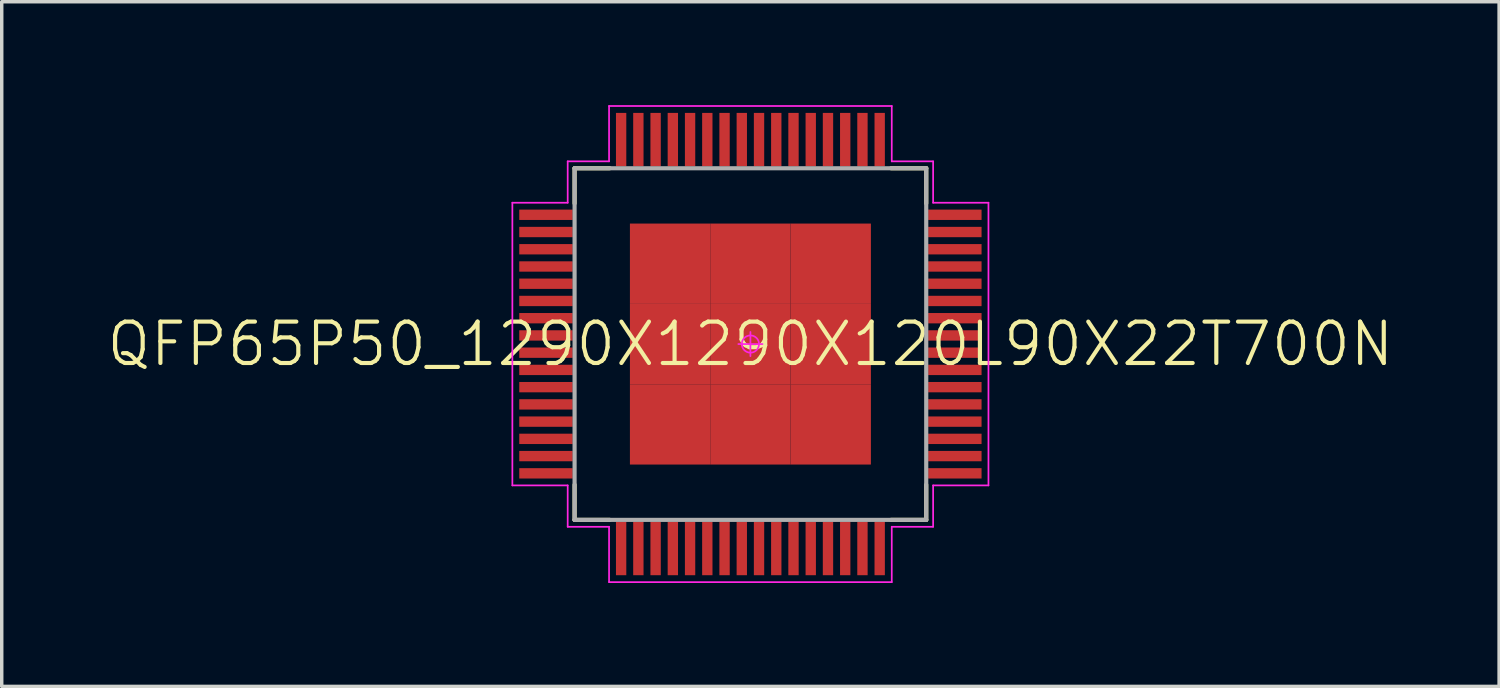
<source format=kicad_pcb>
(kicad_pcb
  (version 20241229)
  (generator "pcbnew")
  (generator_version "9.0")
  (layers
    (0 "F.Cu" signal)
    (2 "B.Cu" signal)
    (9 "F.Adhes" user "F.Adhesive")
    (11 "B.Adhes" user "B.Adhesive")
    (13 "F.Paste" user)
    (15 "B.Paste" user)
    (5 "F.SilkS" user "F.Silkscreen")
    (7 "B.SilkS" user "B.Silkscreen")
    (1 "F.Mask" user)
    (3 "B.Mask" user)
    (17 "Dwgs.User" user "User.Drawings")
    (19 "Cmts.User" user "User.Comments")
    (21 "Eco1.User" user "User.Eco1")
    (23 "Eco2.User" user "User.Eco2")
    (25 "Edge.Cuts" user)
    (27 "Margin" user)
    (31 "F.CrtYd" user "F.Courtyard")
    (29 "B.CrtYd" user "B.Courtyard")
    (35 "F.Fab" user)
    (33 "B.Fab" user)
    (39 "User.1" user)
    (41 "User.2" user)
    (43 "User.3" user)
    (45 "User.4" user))
  (footprint "QFP65P50_1290X1290X120L90X22T700N"
    (layer "F.Cu")
    (at 18.717 6.93)
    (property "Reference" "QFP65P50_1290X1290X120L90X22T700N" (at 0 0 0) (layer "F.SilkS") (effects (font (size 1.2 1.2) (thickness 0.12))))
    (attr smd)
    (fp_line (start -5.1 -5.1) (end -5.1 -4.08) (stroke (width 0.12) (type solid)) (layer "F.SilkS"))
    (fp_line (start -5.1 5.1) (end -5.1 4.08) (stroke (width 0.12) (type solid)) (layer "F.SilkS"))
    (fp_line (start -4.08 -5.1) (end -5.1 -5.1) (stroke (width 0.12) (type solid)) (layer "F.SilkS"))
    (fp_line (start -4.08 5.1) (end -5.1 5.1) (stroke (width 0.12) (type solid)) (layer "F.SilkS"))
    (fp_line (start 4.08 -5.1) (end 5.1 -5.1) (stroke (width 0.12) (type solid)) (layer "F.SilkS"))
    (fp_line (start 4.08 5.1) (end 5.1 5.1) (stroke (width 0.12) (type solid)) (layer "F.SilkS"))
    (fp_line (start 5.1 -5.1) (end 5.1 -4.08) (stroke (width 0.12) (type solid)) (layer "F.SilkS"))
    (fp_line (start 5.1 5.1) (end 5.1 4.08) (stroke (width 0.12) (type solid)) (layer "F.SilkS"))
    (fp_line (start -6.905 -4.1) (end -6.905 4.1) (stroke (width 0.05) (type solid)) (layer "F.CrtYd"))
    (fp_line (start -6.905 4.1) (end -5.3 4.1) (stroke (width 0.05) (type solid)) (layer "F.CrtYd"))
    (fp_line (start -5.3 -5.3) (end -5.3 -4.1) (stroke (width 0.05) (type solid)) (layer "F.CrtYd"))
    (fp_line (start -5.3 -4.1) (end -6.905 -4.1) (stroke (width 0.05) (type solid)) (layer "F.CrtYd"))
    (fp_line (start -5.3 4.1) (end -5.3 5.3) (stroke (width 0.05) (type solid)) (layer "F.CrtYd"))
    (fp_line (start -5.3 5.3) (end -4.1 5.3) (stroke (width 0.05) (type solid)) (layer "F.CrtYd"))
    (fp_line (start -4.1 -6.905) (end -4.1 -5.3) (stroke (width 0.05) (type solid)) (layer "F.CrtYd"))
    (fp_line (start -4.1 -5.3) (end -5.3 -5.3) (stroke (width 0.05) (type solid)) (layer "F.CrtYd"))
    (fp_line (start -4.1 5.3) (end -4.1 6.905) (stroke (width 0.05) (type solid)) (layer "F.CrtYd"))
    (fp_line (start -4.1 6.905) (end 4.1 6.905) (stroke (width 0.05) (type solid)) (layer "F.CrtYd"))
    (fp_line (start -0.35 0) (end 0.35 0) (stroke (width 0.05) (type solid)) (layer "F.CrtYd"))
    (fp_line (start 0 -0.35) (end 0 0.35) (stroke (width 0.05) (type solid)) (layer "F.CrtYd"))
    (fp_line (start 4.1 -6.905) (end -4.1 -6.905) (stroke (width 0.05) (type solid)) (layer "F.CrtYd"))
    (fp_line (start 4.1 -5.3) (end 4.1 -6.905) (stroke (width 0.05) (type solid)) (layer "F.CrtYd"))
    (fp_line (start 4.1 5.3) (end 5.3 5.3) (stroke (width 0.05) (type solid)) (layer "F.CrtYd"))
    (fp_line (start 4.1 6.905) (end 4.1 5.3) (stroke (width 0.05) (type solid)) (layer "F.CrtYd"))
    (fp_line (start 5.3 -5.3) (end 4.1 -5.3) (stroke (width 0.05) (type solid)) (layer "F.CrtYd"))
    (fp_line (start 5.3 -4.1) (end 5.3 -5.3) (stroke (width 0.05) (type solid)) (layer "F.CrtYd"))
    (fp_line (start 5.3 4.1) (end 6.905 4.1) (stroke (width 0.05) (type solid)) (layer "F.CrtYd"))
    (fp_line (start 5.3 5.3) (end 5.3 4.1) (stroke (width 0.05) (type solid)) (layer "F.CrtYd"))
    (fp_line (start 6.905 -4.1) (end 5.3 -4.1) (stroke (width 0.05) (type solid)) (layer "F.CrtYd"))
    (fp_line (start 6.905 4.1) (end 6.905 -4.1) (stroke (width 0.05) (type solid)) (layer "F.CrtYd"))
    (fp_circle (center 0 0) (end 0 0.25) (stroke (width 0.05) (type solid)) (fill no) (layer "F.CrtYd"))
    (fp_line (start -5.1 -5.1) (end 5.1 -5.1) (stroke (width 0.12) (type solid)) (layer "F.Fab"))
    (fp_line (start -5.1 5.1) (end -5.1 -5.1) (stroke (width 0.12) (type solid)) (layer "F.Fab"))
    (fp_line (start 5.1 -5.1) (end 5.1 5.1) (stroke (width 0.12) (type solid)) (layer "F.Fab"))
    (fp_line (start 5.1 5.1) (end -5.1 5.1) (stroke (width 0.12) (type solid)) (layer "F.Fab"))
    (pad "1" smd rect (at -3.75 5.93 90) (size 1.55 0.3) (layers "F.Cu" "F.Mask" "F.Paste"))
    (pad "2" smd rect (at -3.25 5.93 90) (size 1.55 0.3) (layers "F.Cu" "F.Mask" "F.Paste"))
    (pad "3" smd rect (at -2.75 5.93 90) (size 1.55 0.3) (layers "F.Cu" "F.Mask" "F.Paste"))
    (pad "4" smd rect (at -2.25 5.93 90) (size 1.55 0.3) (layers "F.Cu" "F.Mask" "F.Paste"))
    (pad "5" smd rect (at -1.75 5.93 90) (size 1.55 0.3) (layers "F.Cu" "F.Mask" "F.Paste"))
    (pad "6" smd rect (at -1.25 5.93 90) (size 1.55 0.3) (layers "F.Cu" "F.Mask" "F.Paste"))
    (pad "7" smd rect (at -0.75 5.93 90) (size 1.55 0.3) (layers "F.Cu" "F.Mask" "F.Paste"))
    (pad "8" smd rect (at -0.25 5.93 90) (size 1.55 0.3) (layers "F.Cu" "F.Mask" "F.Paste"))
    (pad "9" smd rect (at 0.25 5.93 90) (size 1.55 0.3) (layers "F.Cu" "F.Mask" "F.Paste"))
    (pad "10" smd rect (at 0.75 5.93 90) (size 1.55 0.3) (layers "F.Cu" "F.Mask" "F.Paste"))
    (pad "11" smd rect (at 1.25 5.93 90) (size 1.55 0.3) (layers "F.Cu" "F.Mask" "F.Paste"))
    (pad "12" smd rect (at 1.75 5.93 90) (size 1.55 0.3) (layers "F.Cu" "F.Mask" "F.Paste"))
    (pad "13" smd rect (at 2.25 5.93 90) (size 1.55 0.3) (layers "F.Cu" "F.Mask" "F.Paste"))
    (pad "14" smd rect (at 2.75 5.93 90) (size 1.55 0.3) (layers "F.Cu" "F.Mask" "F.Paste"))
    (pad "15" smd rect (at 3.25 5.93 90) (size 1.55 0.3) (layers "F.Cu" "F.Mask" "F.Paste"))
    (pad "16" smd rect (at 3.75 5.93 90) (size 1.55 0.3) (layers "F.Cu" "F.Mask" "F.Paste"))
    (pad "17" smd rect (at 5.93 3.75) (size 1.55 0.3) (layers "F.Cu" "F.Mask" "F.Paste"))
    (pad "18" smd rect (at 5.93 3.25) (size 1.55 0.3) (layers "F.Cu" "F.Mask" "F.Paste"))
    (pad "19" smd rect (at 5.93 2.75) (size 1.55 0.3) (layers "F.Cu" "F.Mask" "F.Paste"))
    (pad "20" smd rect (at 5.93 2.25) (size 1.55 0.3) (layers "F.Cu" "F.Mask" "F.Paste"))
    (pad "21" smd rect (at 5.93 1.75) (size 1.55 0.3) (layers "F.Cu" "F.Mask" "F.Paste"))
    (pad "22" smd rect (at 5.93 1.25) (size 1.55 0.3) (layers "F.Cu" "F.Mask" "F.Paste"))
    (pad "23" smd rect (at 5.93 0.75) (size 1.55 0.3) (layers "F.Cu" "F.Mask" "F.Paste"))
    (pad "24" smd rect (at 5.93 0.25) (size 1.55 0.3) (layers "F.Cu" "F.Mask" "F.Paste"))
    (pad "25" smd rect (at 5.93 -0.25) (size 1.55 0.3) (layers "F.Cu" "F.Mask" "F.Paste"))
    (pad "26" smd rect (at 5.93 -0.75) (size 1.55 0.3) (layers "F.Cu" "F.Mask" "F.Paste"))
    (pad "27" smd rect (at 5.93 -1.25) (size 1.55 0.3) (layers "F.Cu" "F.Mask" "F.Paste"))
    (pad "28" smd rect (at 5.93 -1.75) (size 1.55 0.3) (layers "F.Cu" "F.Mask" "F.Paste"))
    (pad "29" smd rect (at 5.93 -2.25) (size 1.55 0.3) (layers "F.Cu" "F.Mask" "F.Paste"))
    (pad "30" smd rect (at 5.93 -2.75) (size 1.55 0.3) (layers "F.Cu" "F.Mask" "F.Paste"))
    (pad "31" smd rect (at 5.93 -3.25) (size 1.55 0.3) (layers "F.Cu" "F.Mask" "F.Paste"))
    (pad "32" smd rect (at 5.93 -3.75) (size 1.55 0.3) (layers "F.Cu" "F.Mask" "F.Paste"))
    (pad "33" smd rect (at 3.75 -5.93 90) (size 1.55 0.3) (layers "F.Cu" "F.Mask" "F.Paste"))
    (pad "34" smd rect (at 3.25 -5.93 90) (size 1.55 0.3) (layers "F.Cu" "F.Mask" "F.Paste"))
    (pad "35" smd rect (at 2.75 -5.93 90) (size 1.55 0.3) (layers "F.Cu" "F.Mask" "F.Paste"))
    (pad "36" smd rect (at 2.25 -5.93 90) (size 1.55 0.3) (layers "F.Cu" "F.Mask" "F.Paste"))
    (pad "37" smd rect (at 1.75 -5.93 90) (size 1.55 0.3) (layers "F.Cu" "F.Mask" "F.Paste"))
    (pad "38" smd rect (at 1.25 -5.93 90) (size 1.55 0.3) (layers "F.Cu" "F.Mask" "F.Paste"))
    (pad "39" smd rect (at 0.75 -5.93 90) (size 1.55 0.3) (layers "F.Cu" "F.Mask" "F.Paste"))
    (pad "40" smd rect (at 0.25 -5.93 90) (size 1.55 0.3) (layers "F.Cu" "F.Mask" "F.Paste"))
    (pad "41" smd rect (at -0.25 -5.93 90) (size 1.55 0.3) (layers "F.Cu" "F.Mask" "F.Paste"))
    (pad "42" smd rect (at -0.75 -5.93 90) (size 1.55 0.3) (layers "F.Cu" "F.Mask" "F.Paste"))
    (pad "43" smd rect (at -1.25 -5.93 90) (size 1.55 0.3) (layers "F.Cu" "F.Mask" "F.Paste"))
    (pad "44" smd rect (at -1.75 -5.93 90) (size 1.55 0.3) (layers "F.Cu" "F.Mask" "F.Paste"))
    (pad "45" smd rect (at -2.25 -5.93 90) (size 1.55 0.3) (layers "F.Cu" "F.Mask" "F.Paste"))
    (pad "46" smd rect (at -2.75 -5.93 90) (size 1.55 0.3) (layers "F.Cu" "F.Mask" "F.Paste"))
    (pad "47" smd rect (at -3.25 -5.93 90) (size 1.55 0.3) (layers "F.Cu" "F.Mask" "F.Paste"))
    (pad "48" smd rect (at -3.75 -5.93 90) (size 1.55 0.3) (layers "F.Cu" "F.Mask" "F.Paste"))
    (pad "49" smd rect (at -5.93 -3.75) (size 1.55 0.3) (layers "F.Cu" "F.Mask" "F.Paste"))
    (pad "50" smd rect (at -5.93 -3.25) (size 1.55 0.3) (layers "F.Cu" "F.Mask" "F.Paste"))
    (pad "51" smd rect (at -5.93 -2.75) (size 1.55 0.3) (layers "F.Cu" "F.Mask" "F.Paste"))
    (pad "52" smd rect (at -5.93 -2.25) (size 1.55 0.3) (layers "F.Cu" "F.Mask" "F.Paste"))
    (pad "53" smd rect (at -5.93 -1.75) (size 1.55 0.3) (layers "F.Cu" "F.Mask" "F.Paste"))
    (pad "54" smd rect (at -5.93 -1.25) (size 1.55 0.3) (layers "F.Cu" "F.Mask" "F.Paste"))
    (pad "55" smd rect (at -5.93 -0.75) (size 1.55 0.3) (layers "F.Cu" "F.Mask" "F.Paste"))
    (pad "56" smd rect (at -5.93 -0.25) (size 1.55 0.3) (layers "F.Cu" "F.Mask" "F.Paste"))
    (pad "57" smd rect (at -5.93 0.25) (size 1.55 0.3) (layers "F.Cu" "F.Mask" "F.Paste"))
    (pad "58" smd rect (at -5.93 0.75) (size 1.55 0.3) (layers "F.Cu" "F.Mask" "F.Paste"))
    (pad "59" smd rect (at -5.93 1.25) (size 1.55 0.3) (layers "F.Cu" "F.Mask" "F.Paste"))
    (pad "60" smd rect (at -5.93 1.75) (size 1.55 0.3) (layers "F.Cu" "F.Mask" "F.Paste"))
    (pad "61" smd rect (at -5.93 2.25) (size 1.55 0.3) (layers "F.Cu" "F.Mask" "F.Paste"))
    (pad "62" smd rect (at -5.93 2.75) (size 1.55 0.3) (layers "F.Cu" "F.Mask" "F.Paste"))
    (pad "63" smd rect (at -5.93 3.25) (size 1.55 0.3) (layers "F.Cu" "F.Mask" "F.Paste"))
    (pad "64" smd rect (at -5.93 3.75) (size 1.55 0.3) (layers "F.Cu" "F.Mask" "F.Paste"))
    (pad "65" smd rect (at -2.33 -2.33) (size 2.33 2.33) (layers "F.Cu" "F.Mask" "F.Paste"))
    (pad "65" smd rect (at -2.33 0) (size 2.33 2.33) (layers "F.Cu" "F.Mask" "F.Paste"))
    (pad "65" smd rect (at -2.33 2.33) (size 2.33 2.33) (layers "F.Cu" "F.Mask" "F.Paste"))
    (pad "65" smd rect (at 0 -2.33) (size 2.33 2.33) (layers "F.Cu" "F.Mask" "F.Paste"))
    (pad "65" smd rect (at 0 0) (size 2.33 2.33) (layers "F.Cu" "F.Mask" "F.Paste"))
    (pad "65" smd rect (at 0 2.33) (size 2.33 2.33) (layers "F.Cu" "F.Mask" "F.Paste"))
    (pad "65" smd rect (at 2.33 -2.33) (size 2.33 2.33) (layers "F.Cu" "F.Mask" "F.Paste"))
    (pad "65" smd rect (at 2.33 0) (size 2.33 2.33) (layers "F.Cu" "F.Mask" "F.Paste"))
    (pad "65" smd rect (at 2.33 2.33) (size 2.33 2.33) (layers "F.Cu" "F.Mask" "F.Paste")))
  (gr_rect
    (start -3 -3)
    (end 40.434 16.86)
    (stroke (width 0.1) (type default))
    (fill no)
    (layer "Edge.Cuts")))
</source>
